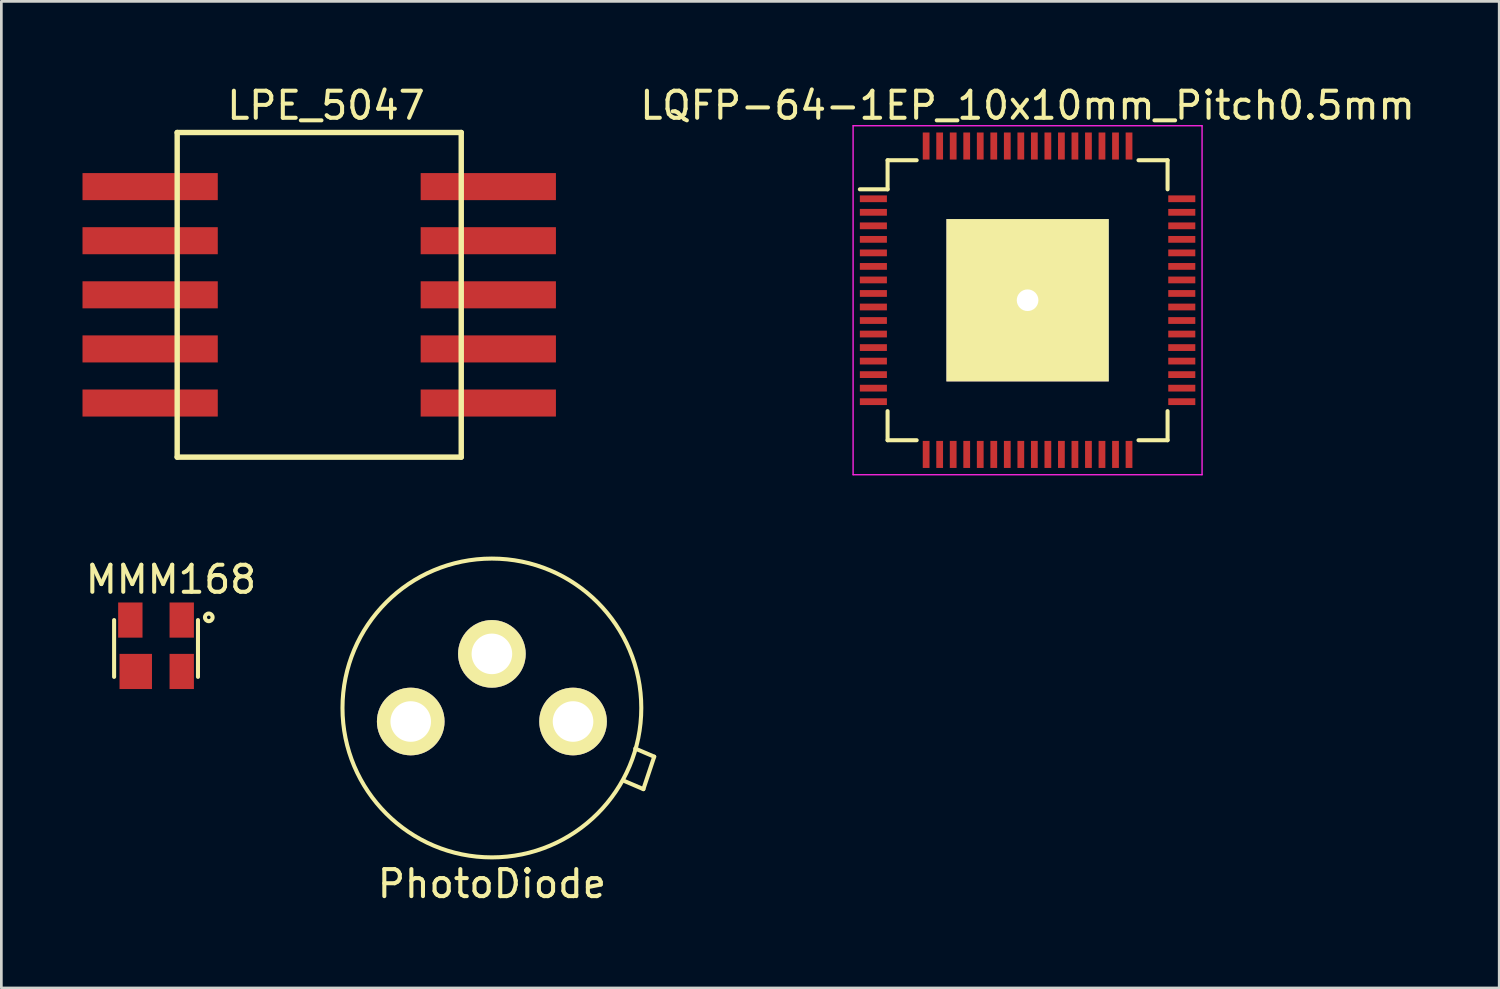
<source format=kicad_pcb>
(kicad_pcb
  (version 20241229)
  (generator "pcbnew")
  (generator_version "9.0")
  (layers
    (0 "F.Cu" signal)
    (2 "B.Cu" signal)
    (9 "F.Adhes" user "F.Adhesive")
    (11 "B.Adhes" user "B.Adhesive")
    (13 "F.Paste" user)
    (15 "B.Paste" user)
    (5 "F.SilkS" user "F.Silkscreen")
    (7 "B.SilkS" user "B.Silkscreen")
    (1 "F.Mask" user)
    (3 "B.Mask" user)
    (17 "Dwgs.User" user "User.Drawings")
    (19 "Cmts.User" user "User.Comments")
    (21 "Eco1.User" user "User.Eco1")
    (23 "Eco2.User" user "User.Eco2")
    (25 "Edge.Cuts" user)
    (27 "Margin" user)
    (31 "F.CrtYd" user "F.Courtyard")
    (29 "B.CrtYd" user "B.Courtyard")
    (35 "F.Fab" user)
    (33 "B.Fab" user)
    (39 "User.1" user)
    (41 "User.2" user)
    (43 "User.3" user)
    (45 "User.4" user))
  (footprint "LPE_5047"
    (layer "F.Cu")
    (at 8.5 7.848)
    (property "Reference" "LPE_5047" (at 0.5 -7 0) (layer "F.SilkS") (effects (font (size 1 1) (thickness 0.15))))
    (attr through_hole)
    (fp_line (start -5 -6) (end 5.5 -6) (stroke (width 0.2) (type solid)) (layer "F.SilkS"))
    (fp_line (start -5 6) (end -5 -6) (stroke (width 0.2) (type solid)) (layer "F.SilkS"))
    (fp_line (start 5.5 -6) (end 5.5 6) (stroke (width 0.2) (type solid)) (layer "F.SilkS"))
    (fp_line (start 5.5 6) (end -5 6) (stroke (width 0.2) (type solid)) (layer "F.SilkS"))
    (pad "1" smd rect (at -6 -4) (size 5 1) (layers "F.Cu" "F.Mask" "F.Paste"))
    (pad "2" smd rect (at -6 -2) (size 5 1) (layers "F.Cu" "F.Mask" "F.Paste"))
    (pad "3" smd rect (at -6 0) (size 5 1) (layers "F.Cu" "F.Mask" "F.Paste"))
    (pad "4" smd rect (at -6 2) (size 5 1) (layers "F.Cu" "F.Mask" "F.Paste"))
    (pad "5" smd rect (at -6 4) (size 5 1) (layers "F.Cu" "F.Mask" "F.Paste"))
    (pad "6" smd rect (at 6.5 4) (size 5 1) (layers "F.Cu" "F.Mask" "F.Paste"))
    (pad "7" smd rect (at 6.5 2) (size 5 1) (layers "F.Cu" "F.Mask" "F.Paste"))
    (pad "8" smd rect (at 6.5 0) (size 5 1) (layers "F.Cu" "F.Mask" "F.Paste"))
    (pad "9" smd rect (at 6.5 -2) (size 5 1) (layers "F.Cu" "F.Mask" "F.Paste"))
    (pad "10" smd rect (at 6.5 -4) (size 5 1) (layers "F.Cu" "F.Mask" "F.Paste")))
  (footprint "LQFP-64-1EP_10x10mm_Pitch0.5mm"
    (layer "F.Cu")
    (at 34.935 8.048)
    (property "Reference" "LQFP-64-1EP_10x10mm_Pitch0.5mm" (at 0 -7.2 0) (layer "F.SilkS") (effects (font (size 1 1) (thickness 0.15))))
    (attr smd)
    (fp_line (start -5.175 -5.175) (end -5.175 -4.1) (stroke (width 0.15) (type solid)) (layer "F.SilkS"))
    (fp_line (start -5.175 -5.175) (end -4.1 -5.175) (stroke (width 0.15) (type solid)) (layer "F.SilkS"))
    (fp_line (start -5.175 -4.1) (end -6.2 -4.1) (stroke (width 0.15) (type solid)) (layer "F.SilkS"))
    (fp_line (start -5.175 5.175) (end -5.175 4.1) (stroke (width 0.15) (type solid)) (layer "F.SilkS"))
    (fp_line (start -5.175 5.175) (end -4.1 5.175) (stroke (width 0.15) (type solid)) (layer "F.SilkS"))
    (fp_line (start 5.175 -5.175) (end 4.1 -5.175) (stroke (width 0.15) (type solid)) (layer "F.SilkS"))
    (fp_line (start 5.175 -5.175) (end 5.175 -4.1) (stroke (width 0.15) (type solid)) (layer "F.SilkS"))
    (fp_line (start 5.175 5.175) (end 4.1 5.175) (stroke (width 0.15) (type solid)) (layer "F.SilkS"))
    (fp_line (start 5.175 5.175) (end 5.175 4.1) (stroke (width 0.15) (type solid)) (layer "F.SilkS"))
    (fp_line (start -6.45 -6.45) (end -6.45 6.45) (stroke (width 0.05) (type solid)) (layer "F.CrtYd"))
    (fp_line (start -6.45 -6.45) (end 6.45 -6.45) (stroke (width 0.05) (type solid)) (layer "F.CrtYd"))
    (fp_line (start -6.45 6.45) (end 6.45 6.45) (stroke (width 0.05) (type solid)) (layer "F.CrtYd"))
    (fp_line (start 6.45 -6.45) (end 6.45 6.45) (stroke (width 0.05) (type solid)) (layer "F.CrtYd"))
    (pad "1" smd rect (at -5.7 -3.75) (size 1 0.25) (layers "F.Cu" "F.Mask" "F.Paste"))
    (pad "2" smd rect (at -5.7 -3.25) (size 1 0.25) (layers "F.Cu" "F.Mask" "F.Paste"))
    (pad "3" smd rect (at -5.7 -2.75) (size 1 0.25) (layers "F.Cu" "F.Mask" "F.Paste"))
    (pad "4" smd rect (at -5.7 -2.25) (size 1 0.25) (layers "F.Cu" "F.Mask" "F.Paste"))
    (pad "5" smd rect (at -5.7 -1.75) (size 1 0.25) (layers "F.Cu" "F.Mask" "F.Paste"))
    (pad "6" smd rect (at -5.7 -1.25) (size 1 0.25) (layers "F.Cu" "F.Mask" "F.Paste"))
    (pad "7" smd rect (at -5.7 -0.75) (size 1 0.25) (layers "F.Cu" "F.Mask" "F.Paste"))
    (pad "8" smd rect (at -5.7 -0.25) (size 1 0.25) (layers "F.Cu" "F.Mask" "F.Paste"))
    (pad "9" smd rect (at -5.7 0.25) (size 1 0.25) (layers "F.Cu" "F.Mask" "F.Paste"))
    (pad "10" smd rect (at -5.7 0.75) (size 1 0.25) (layers "F.Cu" "F.Mask" "F.Paste"))
    (pad "11" smd rect (at -5.7 1.25) (size 1 0.25) (layers "F.Cu" "F.Mask" "F.Paste"))
    (pad "12" smd rect (at -5.7 1.75) (size 1 0.25) (layers "F.Cu" "F.Mask" "F.Paste"))
    (pad "13" smd rect (at -5.7 2.25) (size 1 0.25) (layers "F.Cu" "F.Mask" "F.Paste"))
    (pad "14" smd rect (at -5.7 2.75) (size 1 0.25) (layers "F.Cu" "F.Mask" "F.Paste"))
    (pad "15" smd rect (at -5.7 3.25) (size 1 0.25) (layers "F.Cu" "F.Mask" "F.Paste"))
    (pad "16" smd rect (at -5.7 3.75) (size 1 0.25) (layers "F.Cu" "F.Mask" "F.Paste"))
    (pad "17" smd rect (at -3.75 5.7 90) (size 1 0.25) (layers "F.Cu" "F.Mask" "F.Paste"))
    (pad "18" smd rect (at -3.25 5.7 90) (size 1 0.25) (layers "F.Cu" "F.Mask" "F.Paste"))
    (pad "19" smd rect (at -2.75 5.7 90) (size 1 0.25) (layers "F.Cu" "F.Mask" "F.Paste"))
    (pad "20" smd rect (at -2.25 5.7 90) (size 1 0.25) (layers "F.Cu" "F.Mask" "F.Paste"))
    (pad "21" smd rect (at -1.75 5.7 90) (size 1 0.25) (layers "F.Cu" "F.Mask" "F.Paste"))
    (pad "22" smd rect (at -1.25 5.7 90) (size 1 0.25) (layers "F.Cu" "F.Mask" "F.Paste"))
    (pad "23" smd rect (at -0.75 5.7 90) (size 1 0.25) (layers "F.Cu" "F.Mask" "F.Paste"))
    (pad "24" smd rect (at -0.25 5.7 90) (size 1 0.25) (layers "F.Cu" "F.Mask" "F.Paste"))
    (pad "25" smd rect (at 0.25 5.7 90) (size 1 0.25) (layers "F.Cu" "F.Mask" "F.Paste"))
    (pad "26" smd rect (at 0.75 5.7 90) (size 1 0.25) (layers "F.Cu" "F.Mask" "F.Paste"))
    (pad "27" smd rect (at 1.25 5.7 90) (size 1 0.25) (layers "F.Cu" "F.Mask" "F.Paste"))
    (pad "28" smd rect (at 1.75 5.7 90) (size 1 0.25) (layers "F.Cu" "F.Mask" "F.Paste"))
    (pad "29" smd rect (at 2.25 5.7 90) (size 1 0.25) (layers "F.Cu" "F.Mask" "F.Paste"))
    (pad "30" smd rect (at 2.75 5.7 90) (size 1 0.25) (layers "F.Cu" "F.Mask" "F.Paste"))
    (pad "31" smd rect (at 3.25 5.7 90) (size 1 0.25) (layers "F.Cu" "F.Mask" "F.Paste"))
    (pad "32" smd rect (at 3.75 5.7 90) (size 1 0.25) (layers "F.Cu" "F.Mask" "F.Paste"))
    (pad "33" smd rect (at 5.7 3.75) (size 1 0.25) (layers "F.Cu" "F.Mask" "F.Paste"))
    (pad "34" smd rect (at 5.7 3.25) (size 1 0.25) (layers "F.Cu" "F.Mask" "F.Paste"))
    (pad "35" smd rect (at 5.7 2.75) (size 1 0.25) (layers "F.Cu" "F.Mask" "F.Paste"))
    (pad "36" smd rect (at 5.7 2.25) (size 1 0.25) (layers "F.Cu" "F.Mask" "F.Paste"))
    (pad "37" smd rect (at 5.7 1.75) (size 1 0.25) (layers "F.Cu" "F.Mask" "F.Paste"))
    (pad "38" smd rect (at 5.7 1.25) (size 1 0.25) (layers "F.Cu" "F.Mask" "F.Paste"))
    (pad "39" smd rect (at 5.7 0.75) (size 1 0.25) (layers "F.Cu" "F.Mask" "F.Paste"))
    (pad "40" smd rect (at 5.7 0.25) (size 1 0.25) (layers "F.Cu" "F.Mask" "F.Paste"))
    (pad "41" smd rect (at 5.7 -0.25) (size 1 0.25) (layers "F.Cu" "F.Mask" "F.Paste"))
    (pad "42" smd rect (at 5.7 -0.75) (size 1 0.25) (layers "F.Cu" "F.Mask" "F.Paste"))
    (pad "43" smd rect (at 5.7 -1.25) (size 1 0.25) (layers "F.Cu" "F.Mask" "F.Paste"))
    (pad "44" smd rect (at 5.7 -1.75) (size 1 0.25) (layers "F.Cu" "F.Mask" "F.Paste"))
    (pad "45" smd rect (at 5.7 -2.25) (size 1 0.25) (layers "F.Cu" "F.Mask" "F.Paste"))
    (pad "46" smd rect (at 5.7 -2.75) (size 1 0.25) (layers "F.Cu" "F.Mask" "F.Paste"))
    (pad "47" smd rect (at 5.7 -3.25) (size 1 0.25) (layers "F.Cu" "F.Mask" "F.Paste"))
    (pad "48" smd rect (at 5.7 -3.75) (size 1 0.25) (layers "F.Cu" "F.Mask" "F.Paste"))
    (pad "49" smd rect (at 3.75 -5.7 90) (size 1 0.25) (layers "F.Cu" "F.Mask" "F.Paste"))
    (pad "50" smd rect (at 3.25 -5.7 90) (size 1 0.25) (layers "F.Cu" "F.Mask" "F.Paste"))
    (pad "51" smd rect (at 2.75 -5.7 90) (size 1 0.25) (layers "F.Cu" "F.Mask" "F.Paste"))
    (pad "52" smd rect (at 2.25 -5.7 90) (size 1 0.25) (layers "F.Cu" "F.Mask" "F.Paste"))
    (pad "53" smd rect (at 1.75 -5.7 90) (size 1 0.25) (layers "F.Cu" "F.Mask" "F.Paste"))
    (pad "54" smd rect (at 1.25 -5.7 90) (size 1 0.25) (layers "F.Cu" "F.Mask" "F.Paste"))
    (pad "55" smd rect (at 0.75 -5.7 90) (size 1 0.25) (layers "F.Cu" "F.Mask" "F.Paste"))
    (pad "56" smd rect (at 0.25 -5.7 90) (size 1 0.25) (layers "F.Cu" "F.Mask" "F.Paste"))
    (pad "57" smd rect (at -0.25 -5.7 90) (size 1 0.25) (layers "F.Cu" "F.Mask" "F.Paste"))
    (pad "58" smd rect (at -0.75 -5.7 90) (size 1 0.25) (layers "F.Cu" "F.Mask" "F.Paste"))
    (pad "59" smd rect (at -1.25 -5.7 90) (size 1 0.25) (layers "F.Cu" "F.Mask" "F.Paste"))
    (pad "60" smd rect (at -1.75 -5.7 90) (size 1 0.25) (layers "F.Cu" "F.Mask" "F.Paste"))
    (pad "61" smd rect (at -2.25 -5.7 90) (size 1 0.25) (layers "F.Cu" "F.Mask" "F.Paste"))
    (pad "62" smd rect (at -2.75 -5.7 90) (size 1 0.25) (layers "F.Cu" "F.Mask" "F.Paste"))
    (pad "63" smd rect (at -3.25 -5.7 90) (size 1 0.25) (layers "F.Cu" "F.Mask" "F.Paste"))
    (pad "64" smd rect (at -3.75 -5.7 90) (size 1 0.25) (layers "F.Cu" "F.Mask" "F.Paste"))
    (pad "65" thru_hole rect (at 0 0) (size 6 6) (drill 0.8) (layers "*.Cu" "*.Mask" "F.SilkS")))
  (footprint "PhotoDiode"
    (layer "F.Cu")
    (at 15.133 23.621)
    (property "Reference" "PhotoDiode" (at 0 6 0) (layer "F.SilkS") (effects (font (size 1 1) (thickness 0.15))))
    (attr through_hole)
    (fp_line (start 5.3 1) (end 6 1.3) (stroke (width 0.15) (type solid)) (layer "F.SilkS"))
    (fp_line (start 5.6 2.5) (end 4.9 2.2) (stroke (width 0.15) (type solid)) (layer "F.SilkS"))
    (fp_line (start 6 1.3) (end 5.6 2.5) (stroke (width 0.15) (type solid)) (layer "F.SilkS"))
    (fp_circle (center 0 -0.5) (end 5.5 0) (stroke (width 0.15) (type solid)) (fill no) (layer "F.SilkS"))
    (pad "A" thru_hole circle (at 3 0) (size 2.5 2.5) (drill 1.5) (layers "*.Cu" "*.Mask" "F.SilkS"))
    (pad "GND" thru_hole circle (at -3 0) (size 2.5 2.5) (drill 1.5) (layers "*.Cu" "*.Mask" "F.SilkS"))
    (pad "K" thru_hole circle (at 0 -2.5) (size 2.5 2.5) (drill 1.5) (layers "*.Cu" "*.Mask" "F.SilkS")))
  (footprint "MMM168"
    (layer "F.Cu")
    (at 2.868 20.771)
    (property "Reference" "MMM168" (at 0.4 -2.4 0) (layer "F.SilkS") (effects (font (size 1 1) (thickness 0.15))))
    (attr through_hole)
    (fp_line (start -1.7 1.2) (end -1.7 -0.9) (stroke (width 0.15) (type solid)) (layer "F.SilkS"))
    (fp_line (start 1.4 1.2) (end 1.4 -0.9) (stroke (width 0.15) (type solid)) (layer "F.SilkS"))
    (fp_circle (center 1.8 -1) (end 1.9 -0.9) (stroke (width 0.15) (type solid)) (fill no) (layer "F.SilkS"))
    (pad "1" smd rect (at 0.8 -0.9) (size 0.9 1.3) (layers "F.Cu" "F.Mask" "F.Paste"))
    (pad "2" smd rect (at 0.8 1) (size 0.9 1.3) (layers "F.Cu" "F.Mask" "F.Paste"))
    (pad "3" smd rect (at -0.9 1) (size 1.2 1.3) (layers "F.Cu" "F.Mask" "F.Paste"))
    (pad "4" smd rect (at -1.1 -0.9) (size 0.9 1.3) (layers "F.Cu" "F.Mask" "F.Paste")))
  (gr_rect
    (start -3 -3)
    (end 52.369 33.469)
    (stroke (width 0.1) (type default))
    (fill no)
    (layer "Edge.Cuts")))
</source>
